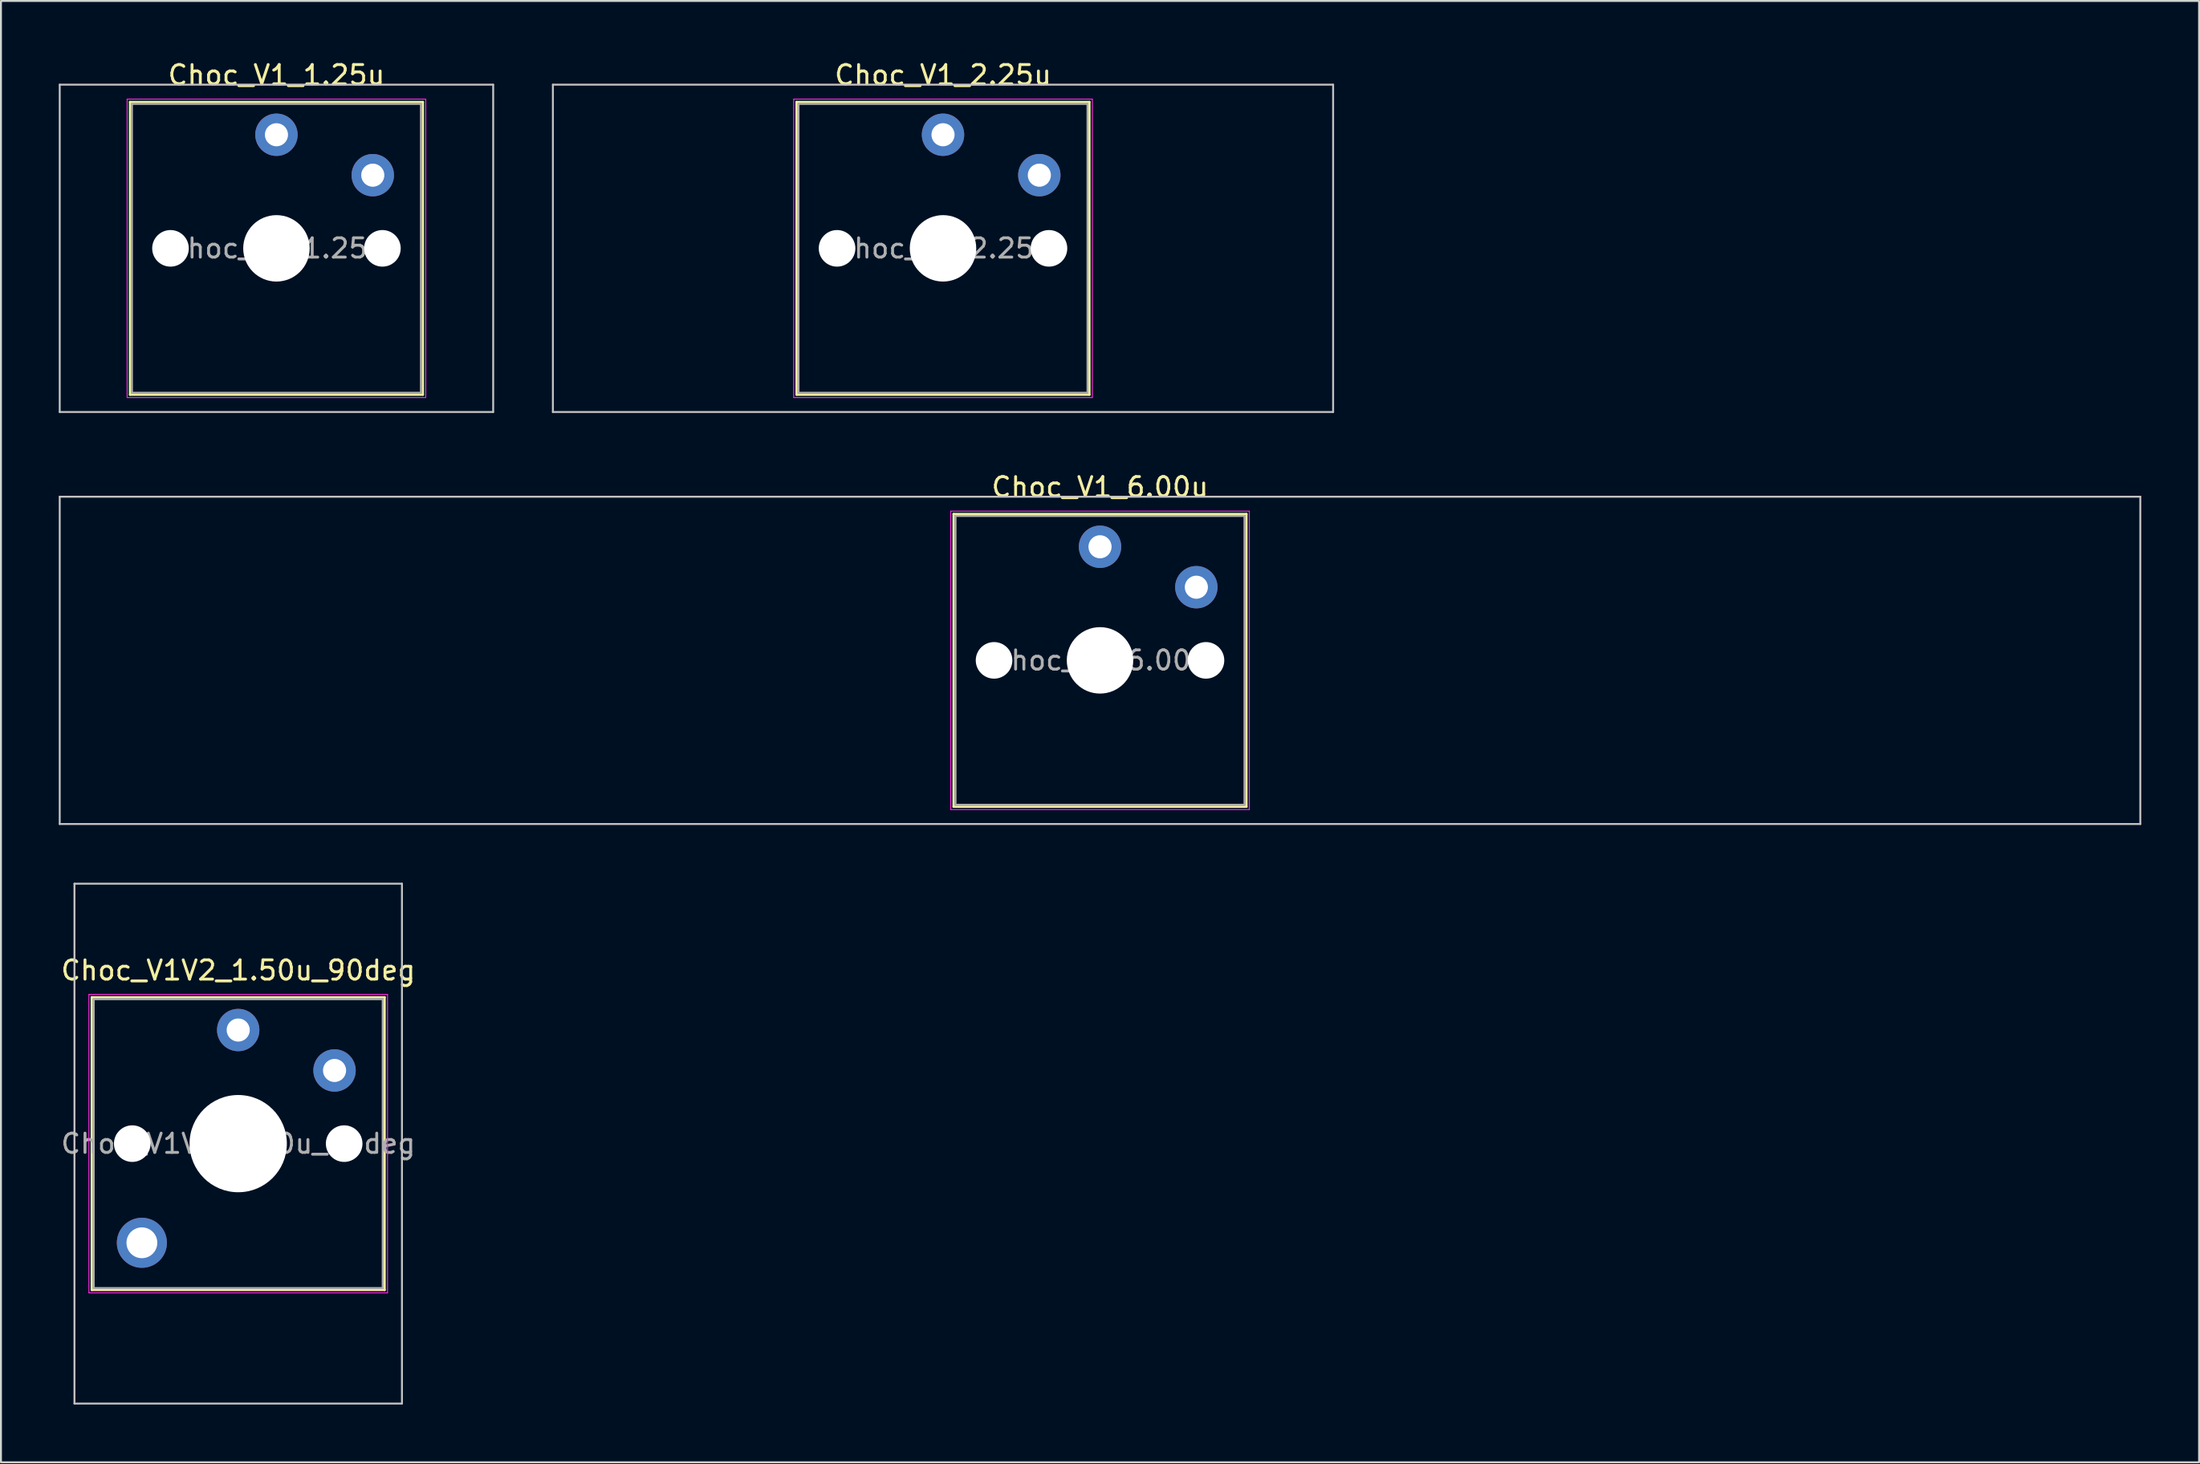
<source format=kicad_pcb>
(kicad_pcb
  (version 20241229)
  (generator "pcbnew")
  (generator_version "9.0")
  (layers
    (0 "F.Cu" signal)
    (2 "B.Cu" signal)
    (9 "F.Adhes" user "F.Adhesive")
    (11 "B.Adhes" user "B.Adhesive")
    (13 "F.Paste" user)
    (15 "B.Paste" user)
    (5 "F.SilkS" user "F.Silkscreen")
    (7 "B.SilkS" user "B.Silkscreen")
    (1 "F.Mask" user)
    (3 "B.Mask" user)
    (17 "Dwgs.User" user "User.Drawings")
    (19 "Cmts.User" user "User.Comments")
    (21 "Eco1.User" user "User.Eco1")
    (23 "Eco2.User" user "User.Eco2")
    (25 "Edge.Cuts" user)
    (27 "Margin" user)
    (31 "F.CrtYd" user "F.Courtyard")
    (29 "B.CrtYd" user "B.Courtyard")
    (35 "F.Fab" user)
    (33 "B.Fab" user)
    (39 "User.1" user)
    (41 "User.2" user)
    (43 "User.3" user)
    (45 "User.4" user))
  (footprint "Choc_V1_2.25u"
    (layer "F.Cu")
    (at 45.9 9.848)
    (property "Reference" "Choc_V1_2.25u" (at 0 -9 0) (layer "F.SilkS") (effects (font (size 1 1) (thickness 0.15))))
    (attr through_hole)
    (fp_line (start -7.6 -7.6) (end -7.6 7.6) (stroke (width 0.12) (type solid)) (layer "F.SilkS"))
    (fp_line (start -7.6 7.6) (end 7.6 7.6) (stroke (width 0.12) (type solid)) (layer "F.SilkS"))
    (fp_line (start 7.6 -7.6) (end -7.6 -7.6) (stroke (width 0.12) (type solid)) (layer "F.SilkS"))
    (fp_line (start 7.6 7.6) (end 7.6 -7.6) (stroke (width 0.12) (type solid)) (layer "F.SilkS"))
    (fp_line (start -20.25 -8.5) (end -20.25 8.5) (stroke (width 0.1) (type solid)) (layer "Dwgs.User"))
    (fp_line (start -20.25 8.5) (end 20.25 8.5) (stroke (width 0.1) (type solid)) (layer "Dwgs.User"))
    (fp_line (start 20.25 -8.5) (end -20.25 -8.5) (stroke (width 0.1) (type solid)) (layer "Dwgs.User"))
    (fp_line (start 20.25 8.5) (end 20.25 -8.5) (stroke (width 0.1) (type solid)) (layer "Dwgs.User"))
    (fp_line (start -7.25 -7.25) (end -7.25 7.25) (stroke (width 0.1) (type solid)) (layer "Eco1.User"))
    (fp_line (start -7.25 7.25) (end 7.25 7.25) (stroke (width 0.1) (type solid)) (layer "Eco1.User"))
    (fp_line (start 7.25 -7.25) (end -7.25 -7.25) (stroke (width 0.1) (type solid)) (layer "Eco1.User"))
    (fp_line (start 7.25 7.25) (end 7.25 -7.25) (stroke (width 0.1) (type solid)) (layer "Eco1.User"))
    (fp_line (start -7.75 -7.75) (end -7.75 7.75) (stroke (width 0.05) (type solid)) (layer "F.CrtYd"))
    (fp_line (start -7.75 7.75) (end 7.75 7.75) (stroke (width 0.05) (type solid)) (layer "F.CrtYd"))
    (fp_line (start 7.75 -7.75) (end -7.75 -7.75) (stroke (width 0.05) (type solid)) (layer "F.CrtYd"))
    (fp_line (start 7.75 7.75) (end 7.75 -7.75) (stroke (width 0.05) (type solid)) (layer "F.CrtYd"))
    (fp_line (start -7.5 -7.5) (end -7.5 7.5) (stroke (width 0.1) (type solid)) (layer "F.Fab"))
    (fp_line (start -7.5 7.5) (end 7.5 7.5) (stroke (width 0.1) (type solid)) (layer "F.Fab"))
    (fp_line (start 7.5 -7.5) (end -7.5 -7.5) (stroke (width 0.1) (type solid)) (layer "F.Fab"))
    (fp_line (start 7.5 7.5) (end 7.5 -7.5) (stroke (width 0.1) (type solid)) (layer "F.Fab"))
    (fp_text user "${REFERENCE}" (at 0 0 0) (layer "F.Fab") (effects (font (size 1 1) (thickness 0.15))))
    (pad "" np_thru_hole circle (at -5.5 0) (size 1.9 1.9) (drill 1.9) (layers "*.Cu" "*.Mask"))
    (pad "" np_thru_hole circle (at 0 0) (size 3.45 3.45) (drill 3.45) (layers "*.Cu" "*.Mask"))
    (pad "" np_thru_hole circle (at 5.5 0) (size 1.9 1.9) (drill 1.9) (layers "*.Cu" "*.Mask"))
    (pad "1" thru_hole circle (at 0 -5.9) (size 2.2 2.2) (drill 1.2) (layers "*.Cu" "*.Mask"))
    (pad "2" thru_hole circle (at 5 -3.8) (size 2.2 2.2) (drill 1.2) (layers "*.Cu" "*.Mask")))
  (footprint "Choc_V1V2_1.50u_90deg"
    (layer "F.Cu")
    (at 9.315 56.346)
    (property "Reference" "Choc_V1V2_1.50u_90deg" (at 0 -9 0) (layer "F.SilkS") (effects (font (size 1 1) (thickness 0.15))))
    (attr through_hole)
    (fp_line (start -7.6 -7.6) (end -7.6 7.6) (stroke (width 0.12) (type solid)) (layer "F.SilkS"))
    (fp_line (start -7.6 7.6) (end 7.6 7.6) (stroke (width 0.12) (type solid)) (layer "F.SilkS"))
    (fp_line (start 7.6 -7.6) (end -7.6 -7.6) (stroke (width 0.12) (type solid)) (layer "F.SilkS"))
    (fp_line (start 7.6 7.6) (end 7.6 -7.6) (stroke (width 0.12) (type solid)) (layer "F.SilkS"))
    (fp_line (start -8.5 -13.5) (end 8.5 -13.5) (stroke (width 0.1) (type solid)) (layer "Dwgs.User"))
    (fp_line (start -8.5 13.5) (end -8.5 -13.5) (stroke (width 0.1) (type solid)) (layer "Dwgs.User"))
    (fp_line (start 8.5 -13.5) (end 8.5 13.5) (stroke (width 0.1) (type solid)) (layer "Dwgs.User"))
    (fp_line (start 8.5 13.5) (end -8.5 13.5) (stroke (width 0.1) (type solid)) (layer "Dwgs.User"))
    (fp_line (start -7.25 -7.25) (end -7.25 7.25) (stroke (width 0.1) (type solid)) (layer "Eco1.User"))
    (fp_line (start -7.25 7.25) (end 7.25 7.25) (stroke (width 0.1) (type solid)) (layer "Eco1.User"))
    (fp_line (start 7.25 -7.25) (end -7.25 -7.25) (stroke (width 0.1) (type solid)) (layer "Eco1.User"))
    (fp_line (start 7.25 7.25) (end 7.25 -7.25) (stroke (width 0.1) (type solid)) (layer "Eco1.User"))
    (fp_line (start -7.75 -7.75) (end -7.75 7.75) (stroke (width 0.05) (type solid)) (layer "F.CrtYd"))
    (fp_line (start -7.75 7.75) (end 7.75 7.75) (stroke (width 0.05) (type solid)) (layer "F.CrtYd"))
    (fp_line (start 7.75 -7.75) (end -7.75 -7.75) (stroke (width 0.05) (type solid)) (layer "F.CrtYd"))
    (fp_line (start 7.75 7.75) (end 7.75 -7.75) (stroke (width 0.05) (type solid)) (layer "F.CrtYd"))
    (fp_line (start -7.5 -7.5) (end -7.5 7.5) (stroke (width 0.1) (type solid)) (layer "F.Fab"))
    (fp_line (start -7.5 7.5) (end 7.5 7.5) (stroke (width 0.1) (type solid)) (layer "F.Fab"))
    (fp_line (start 7.5 -7.5) (end -7.5 -7.5) (stroke (width 0.1) (type solid)) (layer "F.Fab"))
    (fp_line (start 7.5 7.5) (end 7.5 -7.5) (stroke (width 0.1) (type solid)) (layer "F.Fab"))
    (fp_text user "${REFERENCE}" (at 0 0 0) (layer "F.Fab") (effects (font (size 1 1) (thickness 0.15))))
    (pad "" np_thru_hole circle (at -5.5 0) (size 1.9 1.9) (drill 1.9) (layers "*.Cu" "*.Mask"))
    (pad "" thru_hole circle (at -5 5.15) (size 2.6 2.6) (drill 1.6) (layers "*.Cu" "*.Mask"))
    (pad "" np_thru_hole circle (at 0 0) (size 5.05 5.05) (drill 5.05) (layers "*.Cu" "*.Mask"))
    (pad "" np_thru_hole circle (at 5.5 0) (size 1.9 1.9) (drill 1.9) (layers "*.Cu" "*.Mask"))
    (pad "1" thru_hole circle (at 0 -5.9) (size 2.2 2.2) (drill 1.2) (layers "*.Cu" "*.Mask"))
    (pad "2" thru_hole circle (at 5 -3.8) (size 2.2 2.2) (drill 1.2) (layers "*.Cu" "*.Mask")))
  (footprint "Choc_V1_1.25u"
    (layer "F.Cu")
    (at 11.3 9.848)
    (property "Reference" "Choc_V1_1.25u" (at 0 -9 0) (layer "F.SilkS") (effects (font (size 1 1) (thickness 0.15))))
    (attr through_hole)
    (fp_line (start -7.6 -7.6) (end -7.6 7.6) (stroke (width 0.12) (type solid)) (layer "F.SilkS"))
    (fp_line (start -7.6 7.6) (end 7.6 7.6) (stroke (width 0.12) (type solid)) (layer "F.SilkS"))
    (fp_line (start 7.6 -7.6) (end -7.6 -7.6) (stroke (width 0.12) (type solid)) (layer "F.SilkS"))
    (fp_line (start 7.6 7.6) (end 7.6 -7.6) (stroke (width 0.12) (type solid)) (layer "F.SilkS"))
    (fp_line (start -11.25 -8.5) (end -11.25 8.5) (stroke (width 0.1) (type solid)) (layer "Dwgs.User"))
    (fp_line (start -11.25 8.5) (end 11.25 8.5) (stroke (width 0.1) (type solid)) (layer "Dwgs.User"))
    (fp_line (start 11.25 -8.5) (end -11.25 -8.5) (stroke (width 0.1) (type solid)) (layer "Dwgs.User"))
    (fp_line (start 11.25 8.5) (end 11.25 -8.5) (stroke (width 0.1) (type solid)) (layer "Dwgs.User"))
    (fp_line (start -7.25 -7.25) (end -7.25 7.25) (stroke (width 0.1) (type solid)) (layer "Eco1.User"))
    (fp_line (start -7.25 7.25) (end 7.25 7.25) (stroke (width 0.1) (type solid)) (layer "Eco1.User"))
    (fp_line (start 7.25 -7.25) (end -7.25 -7.25) (stroke (width 0.1) (type solid)) (layer "Eco1.User"))
    (fp_line (start 7.25 7.25) (end 7.25 -7.25) (stroke (width 0.1) (type solid)) (layer "Eco1.User"))
    (fp_line (start -7.75 -7.75) (end -7.75 7.75) (stroke (width 0.05) (type solid)) (layer "F.CrtYd"))
    (fp_line (start -7.75 7.75) (end 7.75 7.75) (stroke (width 0.05) (type solid)) (layer "F.CrtYd"))
    (fp_line (start 7.75 -7.75) (end -7.75 -7.75) (stroke (width 0.05) (type solid)) (layer "F.CrtYd"))
    (fp_line (start 7.75 7.75) (end 7.75 -7.75) (stroke (width 0.05) (type solid)) (layer "F.CrtYd"))
    (fp_line (start -7.5 -7.5) (end -7.5 7.5) (stroke (width 0.1) (type solid)) (layer "F.Fab"))
    (fp_line (start -7.5 7.5) (end 7.5 7.5) (stroke (width 0.1) (type solid)) (layer "F.Fab"))
    (fp_line (start 7.5 -7.5) (end -7.5 -7.5) (stroke (width 0.1) (type solid)) (layer "F.Fab"))
    (fp_line (start 7.5 7.5) (end 7.5 -7.5) (stroke (width 0.1) (type solid)) (layer "F.Fab"))
    (fp_text user "${REFERENCE}" (at 0 0 0) (layer "F.Fab") (effects (font (size 1 1) (thickness 0.15))))
    (pad "" np_thru_hole circle (at -5.5 0) (size 1.9 1.9) (drill 1.9) (layers "*.Cu" "*.Mask"))
    (pad "" np_thru_hole circle (at 0 0) (size 3.45 3.45) (drill 3.45) (layers "*.Cu" "*.Mask"))
    (pad "" np_thru_hole circle (at 5.5 0) (size 1.9 1.9) (drill 1.9) (layers "*.Cu" "*.Mask"))
    (pad "1" thru_hole circle (at 0 -5.9) (size 2.2 2.2) (drill 1.2) (layers "*.Cu" "*.Mask"))
    (pad "2" thru_hole circle (at 5 -3.8) (size 2.2 2.2) (drill 1.2) (layers "*.Cu" "*.Mask")))
  (footprint "Choc_V1_6.00u"
    (layer "F.Cu")
    (at 54.05 31.247)
    (property "Reference" "Choc_V1_6.00u" (at 0 -9 0) (layer "F.SilkS") (effects (font (size 1 1) (thickness 0.15))))
    (attr through_hole)
    (fp_line (start -7.6 -7.6) (end -7.6 7.6) (stroke (width 0.12) (type solid)) (layer "F.SilkS"))
    (fp_line (start -7.6 7.6) (end 7.6 7.6) (stroke (width 0.12) (type solid)) (layer "F.SilkS"))
    (fp_line (start 7.6 -7.6) (end -7.6 -7.6) (stroke (width 0.12) (type solid)) (layer "F.SilkS"))
    (fp_line (start 7.6 7.6) (end 7.6 -7.6) (stroke (width 0.12) (type solid)) (layer "F.SilkS"))
    (fp_line (start -54 -8.5) (end -54 8.5) (stroke (width 0.1) (type solid)) (layer "Dwgs.User"))
    (fp_line (start -54 8.5) (end 54 8.5) (stroke (width 0.1) (type solid)) (layer "Dwgs.User"))
    (fp_line (start 54 -8.5) (end -54 -8.5) (stroke (width 0.1) (type solid)) (layer "Dwgs.User"))
    (fp_line (start 54 8.5) (end 54 -8.5) (stroke (width 0.1) (type solid)) (layer "Dwgs.User"))
    (fp_line (start -7.25 -7.25) (end -7.25 7.25) (stroke (width 0.1) (type solid)) (layer "Eco1.User"))
    (fp_line (start -7.25 7.25) (end 7.25 7.25) (stroke (width 0.1) (type solid)) (layer "Eco1.User"))
    (fp_line (start 7.25 -7.25) (end -7.25 -7.25) (stroke (width 0.1) (type solid)) (layer "Eco1.User"))
    (fp_line (start 7.25 7.25) (end 7.25 -7.25) (stroke (width 0.1) (type solid)) (layer "Eco1.User"))
    (fp_line (start -7.75 -7.75) (end -7.75 7.75) (stroke (width 0.05) (type solid)) (layer "F.CrtYd"))
    (fp_line (start -7.75 7.75) (end 7.75 7.75) (stroke (width 0.05) (type solid)) (layer "F.CrtYd"))
    (fp_line (start 7.75 -7.75) (end -7.75 -7.75) (stroke (width 0.05) (type solid)) (layer "F.CrtYd"))
    (fp_line (start 7.75 7.75) (end 7.75 -7.75) (stroke (width 0.05) (type solid)) (layer "F.CrtYd"))
    (fp_line (start -7.5 -7.5) (end -7.5 7.5) (stroke (width 0.1) (type solid)) (layer "F.Fab"))
    (fp_line (start -7.5 7.5) (end 7.5 7.5) (stroke (width 0.1) (type solid)) (layer "F.Fab"))
    (fp_line (start 7.5 -7.5) (end -7.5 -7.5) (stroke (width 0.1) (type solid)) (layer "F.Fab"))
    (fp_line (start 7.5 7.5) (end 7.5 -7.5) (stroke (width 0.1) (type solid)) (layer "F.Fab"))
    (fp_text user "${REFERENCE}" (at 0 0 0) (layer "F.Fab") (effects (font (size 1 1) (thickness 0.15))))
    (pad "" np_thru_hole circle (at -5.5 0) (size 1.9 1.9) (drill 1.9) (layers "*.Cu" "*.Mask"))
    (pad "" np_thru_hole circle (at 0 0) (size 3.45 3.45) (drill 3.45) (layers "*.Cu" "*.Mask"))
    (pad "" np_thru_hole circle (at 5.5 0) (size 1.9 1.9) (drill 1.9) (layers "*.Cu" "*.Mask"))
    (pad "1" thru_hole circle (at 0 -5.9) (size 2.2 2.2) (drill 1.2) (layers "*.Cu" "*.Mask"))
    (pad "2" thru_hole circle (at 5 -3.8) (size 2.2 2.2) (drill 1.2) (layers "*.Cu" "*.Mask")))
  (gr_rect
    (start -3 -3)
    (end 111.1 72.897)
    (stroke (width 0.1) (type default))
    (fill no)
    (layer "Edge.Cuts")))
</source>
